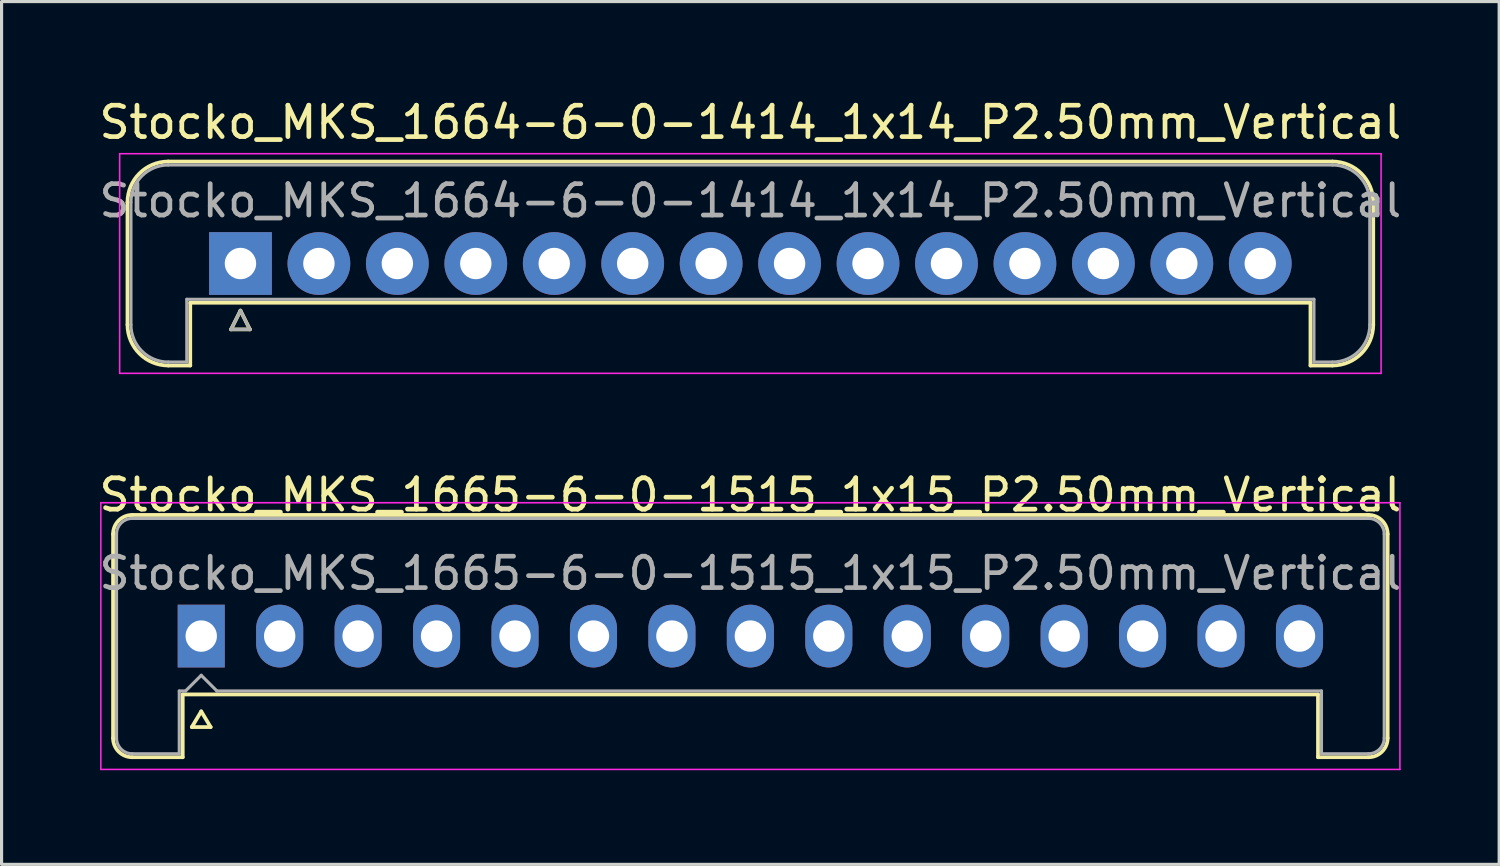
<source format=kicad_pcb>
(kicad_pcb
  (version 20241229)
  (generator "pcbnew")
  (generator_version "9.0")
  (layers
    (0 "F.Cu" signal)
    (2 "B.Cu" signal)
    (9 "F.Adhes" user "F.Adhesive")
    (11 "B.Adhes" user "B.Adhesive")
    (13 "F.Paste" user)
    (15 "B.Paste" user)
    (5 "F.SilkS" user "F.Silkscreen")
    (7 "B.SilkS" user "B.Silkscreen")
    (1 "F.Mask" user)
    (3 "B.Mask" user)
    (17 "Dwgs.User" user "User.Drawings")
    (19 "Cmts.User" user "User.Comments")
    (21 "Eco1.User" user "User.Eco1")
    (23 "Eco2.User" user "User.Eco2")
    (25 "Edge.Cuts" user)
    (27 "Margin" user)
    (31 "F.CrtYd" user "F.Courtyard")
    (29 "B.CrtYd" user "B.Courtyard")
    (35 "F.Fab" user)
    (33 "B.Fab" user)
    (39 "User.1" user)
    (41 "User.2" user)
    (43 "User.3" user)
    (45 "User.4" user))
  (footprint "Stocko_MKS_1664-6-0-1414_1x14_P2.50mm_Vertical"
    (layer "F.Cu")
    (at 4.613 5.348)
    (property "Reference" "Stocko_MKS_1664-6-0-1414_1x14_P2.50mm_Vertical" (at 16.25 -4.5 0) (layer "F.SilkS") (effects (font (size 1 1) (thickness 0.15))))
    (attr through_hole)
    (fp_line (start -3.6 -1.95) (end -3.6 1.95) (stroke (width 0.12) (type solid)) (layer "F.SilkS"))
    (fp_line (start -2.3 -3.25) (end 34.8 -3.25) (stroke (width 0.12) (type solid)) (layer "F.SilkS"))
    (fp_line (start -2.3 3.25) (end -1.6 3.25) (stroke (width 0.12) (type solid)) (layer "F.SilkS"))
    (fp_line (start -1.6 1.25) (end 34.1 1.25) (stroke (width 0.12) (type solid)) (layer "F.SilkS"))
    (fp_line (start -1.6 3.25) (end -1.6 1.25) (stroke (width 0.12) (type solid)) (layer "F.SilkS"))
    (fp_line (start -0.3 2.1) (end 0.3 2.1) (stroke (width 0.12) (type solid)) (layer "F.SilkS"))
    (fp_line (start 0 1.5) (end -0.3 2.1) (stroke (width 0.12) (type solid)) (layer "F.SilkS"))
    (fp_line (start 0.3 2.1) (end 0 1.5) (stroke (width 0.12) (type solid)) (layer "F.SilkS"))
    (fp_line (start 34.1 3.25) (end 34.1 1.25) (stroke (width 0.12) (type solid)) (layer "F.SilkS"))
    (fp_line (start 34.8 3.25) (end 34.1 3.25) (stroke (width 0.12) (type solid)) (layer "F.SilkS"))
    (fp_line (start 36.1 -1.95) (end 36.1 1.95) (stroke (width 0.12) (type solid)) (layer "F.SilkS"))
    (fp_arc (start -3.6 -1.95) (mid -3.219239 -2.869239) (end -2.3 -3.25) (stroke (width 0.12) (type solid)) (layer "F.SilkS"))
    (fp_arc (start -2.3 3.25) (mid -3.219239 2.869239) (end -3.6 1.95) (stroke (width 0.12) (type solid)) (layer "F.SilkS"))
    (fp_arc (start 34.8 -3.25) (mid 35.719239 -2.869239) (end 36.1 -1.95) (stroke (width 0.12) (type solid)) (layer "F.SilkS"))
    (fp_arc (start 36.1 1.95) (mid 35.719239 2.869239) (end 34.8 3.25) (stroke (width 0.12) (type solid)) (layer "F.SilkS"))
    (fp_line (start -3.85 -3.5) (end -3.85 3.5) (stroke (width 0.05) (type solid)) (layer "F.CrtYd"))
    (fp_line (start -3.85 3.5) (end 36.35 3.5) (stroke (width 0.05) (type solid)) (layer "F.CrtYd"))
    (fp_line (start 36.35 -3.5) (end -3.85 -3.5) (stroke (width 0.05) (type solid)) (layer "F.CrtYd"))
    (fp_line (start 36.35 3.5) (end 36.35 -3.5) (stroke (width 0.05) (type solid)) (layer "F.CrtYd"))
    (fp_line (start -3.49 -1.95) (end -3.49 1.95) (stroke (width 0.1) (type solid)) (layer "F.Fab"))
    (fp_line (start -2.3 -3.14) (end 34.8 -3.14) (stroke (width 0.1) (type solid)) (layer "F.Fab"))
    (fp_line (start -2.3 3.14) (end -1.71 3.14) (stroke (width 0.1) (type solid)) (layer "F.Fab"))
    (fp_line (start -1.71 1.14) (end 34.21 1.14) (stroke (width 0.1) (type solid)) (layer "F.Fab"))
    (fp_line (start -1.71 3.14) (end -1.71 1.14) (stroke (width 0.1) (type solid)) (layer "F.Fab"))
    (fp_line (start -0.3 2.1) (end 0.3 2.1) (stroke (width 0.1) (type solid)) (layer "F.Fab"))
    (fp_line (start 0 1.5) (end -0.3 2.1) (stroke (width 0.1) (type solid)) (layer "F.Fab"))
    (fp_line (start 0.3 2.1) (end 0 1.5) (stroke (width 0.1) (type solid)) (layer "F.Fab"))
    (fp_line (start 34.21 3.14) (end 34.21 1.14) (stroke (width 0.1) (type solid)) (layer "F.Fab"))
    (fp_line (start 34.8 3.14) (end 34.21 3.14) (stroke (width 0.1) (type solid)) (layer "F.Fab"))
    (fp_line (start 35.99 -1.95) (end 35.99 1.95) (stroke (width 0.1) (type solid)) (layer "F.Fab"))
    (fp_arc (start -3.49 -1.95) (mid -3.141457 -2.791457) (end -2.3 -3.14) (stroke (width 0.1) (type solid)) (layer "F.Fab"))
    (fp_arc (start -2.3 3.14) (mid -3.141457 2.791457) (end -3.49 1.95) (stroke (width 0.1) (type solid)) (layer "F.Fab"))
    (fp_arc (start 34.8 -3.14) (mid 35.641457 -2.791457) (end 35.99 -1.95) (stroke (width 0.1) (type solid)) (layer "F.Fab"))
    (fp_arc (start 35.99 1.95) (mid 35.641457 2.791457) (end 34.8 3.14) (stroke (width 0.1) (type solid)) (layer "F.Fab"))
    (fp_text user "${REFERENCE}" (at 16.25 -2 0) (layer "F.Fab") (effects (font (size 1 1) (thickness 0.15))))
    (pad "1" thru_hole rect (at 0 0) (size 2 2) (drill 1) (layers "*.Cu" "*.Mask"))
    (pad "2" thru_hole circle (at 2.5 0) (size 2 2) (drill 1) (layers "*.Cu" "*.Mask"))
    (pad "3" thru_hole circle (at 5 0) (size 2 2) (drill 1) (layers "*.Cu" "*.Mask"))
    (pad "4" thru_hole circle (at 7.5 0) (size 2 2) (drill 1) (layers "*.Cu" "*.Mask"))
    (pad "5" thru_hole circle (at 10 0) (size 2 2) (drill 1) (layers "*.Cu" "*.Mask"))
    (pad "6" thru_hole circle (at 12.5 0) (size 2 2) (drill 1) (layers "*.Cu" "*.Mask"))
    (pad "7" thru_hole circle (at 15 0) (size 2 2) (drill 1) (layers "*.Cu" "*.Mask"))
    (pad "8" thru_hole circle (at 17.5 0) (size 2 2) (drill 1) (layers "*.Cu" "*.Mask"))
    (pad "9" thru_hole circle (at 20 0) (size 2 2) (drill 1) (layers "*.Cu" "*.Mask"))
    (pad "10" thru_hole circle (at 22.5 0) (size 2 2) (drill 1) (layers "*.Cu" "*.Mask"))
    (pad "11" thru_hole circle (at 25 0) (size 2 2) (drill 1) (layers "*.Cu" "*.Mask"))
    (pad "12" thru_hole circle (at 27.5 0) (size 2 2) (drill 1) (layers "*.Cu" "*.Mask"))
    (pad "13" thru_hole circle (at 30 0) (size 2 2) (drill 1) (layers "*.Cu" "*.Mask"))
    (pad "14" thru_hole circle (at 32.5 0) (size 2 2) (drill 1) (layers "*.Cu" "*.Mask")))
  (footprint "Stocko_MKS_1665-6-0-1515_1x15_P2.50mm_Vertical"
    (layer "F.Cu")
    (at 3.363 17.221)
    (property "Reference" "Stocko_MKS_1665-6-0-1515_1x15_P2.50mm_Vertical" (at 17.5 -4.5 0) (layer "F.SilkS") (effects (font (size 1 1) (thickness 0.15))))
    (attr through_hole)
    (fp_line (start -2.81 -3.25) (end -2.81 3.25) (stroke (width 0.12) (type solid)) (layer "F.SilkS"))
    (fp_line (start -2.2 -3.86) (end 37.2 -3.86) (stroke (width 0.12) (type solid)) (layer "F.SilkS"))
    (fp_line (start -2.2 3.86) (end -0.59 3.86) (stroke (width 0.12) (type solid)) (layer "F.SilkS"))
    (fp_line (start -0.59 1.86) (end 35.59 1.86) (stroke (width 0.12) (type solid)) (layer "F.SilkS"))
    (fp_line (start -0.59 3.86) (end -0.59 1.86) (stroke (width 0.12) (type solid)) (layer "F.SilkS"))
    (fp_line (start -0.3 2.9) (end 0.3 2.9) (stroke (width 0.12) (type solid)) (layer "F.SilkS"))
    (fp_line (start 0 2.4) (end -0.3 2.9) (stroke (width 0.12) (type solid)) (layer "F.SilkS"))
    (fp_line (start 0.3 2.9) (end 0 2.4) (stroke (width 0.12) (type solid)) (layer "F.SilkS"))
    (fp_line (start 35.59 3.86) (end 35.59 1.86) (stroke (width 0.12) (type solid)) (layer "F.SilkS"))
    (fp_line (start 37.2 3.86) (end 35.59 3.86) (stroke (width 0.12) (type solid)) (layer "F.SilkS"))
    (fp_line (start 37.81 -3.25) (end 37.81 3.25) (stroke (width 0.12) (type solid)) (layer "F.SilkS"))
    (fp_arc (start -2.81 -3.25) (mid -2.631335 -3.681335) (end -2.2 -3.86) (stroke (width 0.12) (type solid)) (layer "F.SilkS"))
    (fp_arc (start -2.2 3.86) (mid -2.631335 3.681335) (end -2.81 3.25) (stroke (width 0.12) (type solid)) (layer "F.SilkS"))
    (fp_arc (start 37.2 -3.86) (mid 37.631335 -3.681335) (end 37.81 -3.25) (stroke (width 0.12) (type solid)) (layer "F.SilkS"))
    (fp_arc (start 37.81 3.25) (mid 37.631335 3.681335) (end 37.2 3.86) (stroke (width 0.12) (type solid)) (layer "F.SilkS"))
    (fp_line (start -3.2 -4.25) (end -3.2 4.25) (stroke (width 0.05) (type solid)) (layer "F.CrtYd"))
    (fp_line (start -3.2 4.25) (end 38.2 4.25) (stroke (width 0.05) (type solid)) (layer "F.CrtYd"))
    (fp_line (start 38.2 -4.25) (end -3.2 -4.25) (stroke (width 0.05) (type solid)) (layer "F.CrtYd"))
    (fp_line (start 38.2 4.25) (end 38.2 -4.25) (stroke (width 0.05) (type solid)) (layer "F.CrtYd"))
    (fp_line (start -2.7 -3.25) (end -2.7 3.25) (stroke (width 0.1) (type solid)) (layer "F.Fab"))
    (fp_line (start -2.2 -3.75) (end 37.2 -3.75) (stroke (width 0.1) (type solid)) (layer "F.Fab"))
    (fp_line (start -2.2 3.75) (end -0.7 3.75) (stroke (width 0.1) (type solid)) (layer "F.Fab"))
    (fp_line (start -0.7 1.75) (end -0.5 1.75) (stroke (width 0.1) (type solid)) (layer "F.Fab"))
    (fp_line (start -0.7 3.75) (end -0.7 1.75) (stroke (width 0.1) (type solid)) (layer "F.Fab"))
    (fp_line (start -0.5 1.75) (end 0 1.25) (stroke (width 0.1) (type solid)) (layer "F.Fab"))
    (fp_line (start 0 1.25) (end 0.5 1.75) (stroke (width 0.1) (type solid)) (layer "F.Fab"))
    (fp_line (start 0.5 1.75) (end 35.7 1.75) (stroke (width 0.1) (type solid)) (layer "F.Fab"))
    (fp_line (start 35.7 3.75) (end 35.7 1.75) (stroke (width 0.1) (type solid)) (layer "F.Fab"))
    (fp_line (start 37.2 3.75) (end 35.7 3.75) (stroke (width 0.1) (type solid)) (layer "F.Fab"))
    (fp_line (start 37.7 -3.25) (end 37.7 3.25) (stroke (width 0.1) (type solid)) (layer "F.Fab"))
    (fp_arc (start -2.7 -3.25) (mid -2.553553 -3.603553) (end -2.2 -3.75) (stroke (width 0.1) (type solid)) (layer "F.Fab"))
    (fp_arc (start -2.2 3.75) (mid -2.553553 3.603553) (end -2.7 3.25) (stroke (width 0.1) (type solid)) (layer "F.Fab"))
    (fp_arc (start 37.2 -3.75) (mid 37.553553 -3.603553) (end 37.7 -3.25) (stroke (width 0.1) (type solid)) (layer "F.Fab"))
    (fp_arc (start 37.7 3.25) (mid 37.553553 3.603553) (end 37.2 3.75) (stroke (width 0.1) (type solid)) (layer "F.Fab"))
    (fp_text user "${REFERENCE}" (at 17.5 -2 0) (layer "F.Fab") (effects (font (size 1 1) (thickness 0.15))))
    (pad "1" thru_hole rect (at 0 0) (size 1.5 2) (drill 1) (layers "*.Cu" "*.Mask"))
    (pad "2" thru_hole oval (at 2.5 0) (size 1.5 2) (drill 1) (layers "*.Cu" "*.Mask"))
    (pad "3" thru_hole oval (at 5 0) (size 1.5 2) (drill 1) (layers "*.Cu" "*.Mask"))
    (pad "4" thru_hole oval (at 7.5 0) (size 1.5 2) (drill 1) (layers "*.Cu" "*.Mask"))
    (pad "5" thru_hole oval (at 10 0) (size 1.5 2) (drill 1) (layers "*.Cu" "*.Mask"))
    (pad "6" thru_hole oval (at 12.5 0) (size 1.5 2) (drill 1) (layers "*.Cu" "*.Mask"))
    (pad "7" thru_hole oval (at 15 0) (size 1.5 2) (drill 1) (layers "*.Cu" "*.Mask"))
    (pad "8" thru_hole oval (at 17.5 0) (size 1.5 2) (drill 1) (layers "*.Cu" "*.Mask"))
    (pad "9" thru_hole oval (at 20 0) (size 1.5 2) (drill 1) (layers "*.Cu" "*.Mask"))
    (pad "10" thru_hole oval (at 22.5 0) (size 1.5 2) (drill 1) (layers "*.Cu" "*.Mask"))
    (pad "11" thru_hole oval (at 25 0) (size 1.5 2) (drill 1) (layers "*.Cu" "*.Mask"))
    (pad "12" thru_hole oval (at 27.5 0) (size 1.5 2) (drill 1) (layers "*.Cu" "*.Mask"))
    (pad "13" thru_hole oval (at 30 0) (size 1.5 2) (drill 1) (layers "*.Cu" "*.Mask"))
    (pad "14" thru_hole oval (at 32.5 0) (size 1.5 2) (drill 1) (layers "*.Cu" "*.Mask"))
    (pad "15" thru_hole oval (at 35 0) (size 1.5 2) (drill 1) (layers "*.Cu" "*.Mask")))
  (gr_rect
    (start -3 -3)
    (end 44.726 24.497)
    (stroke (width 0.1) (type default))
    (fill no)
    (layer "Edge.Cuts")))
</source>
